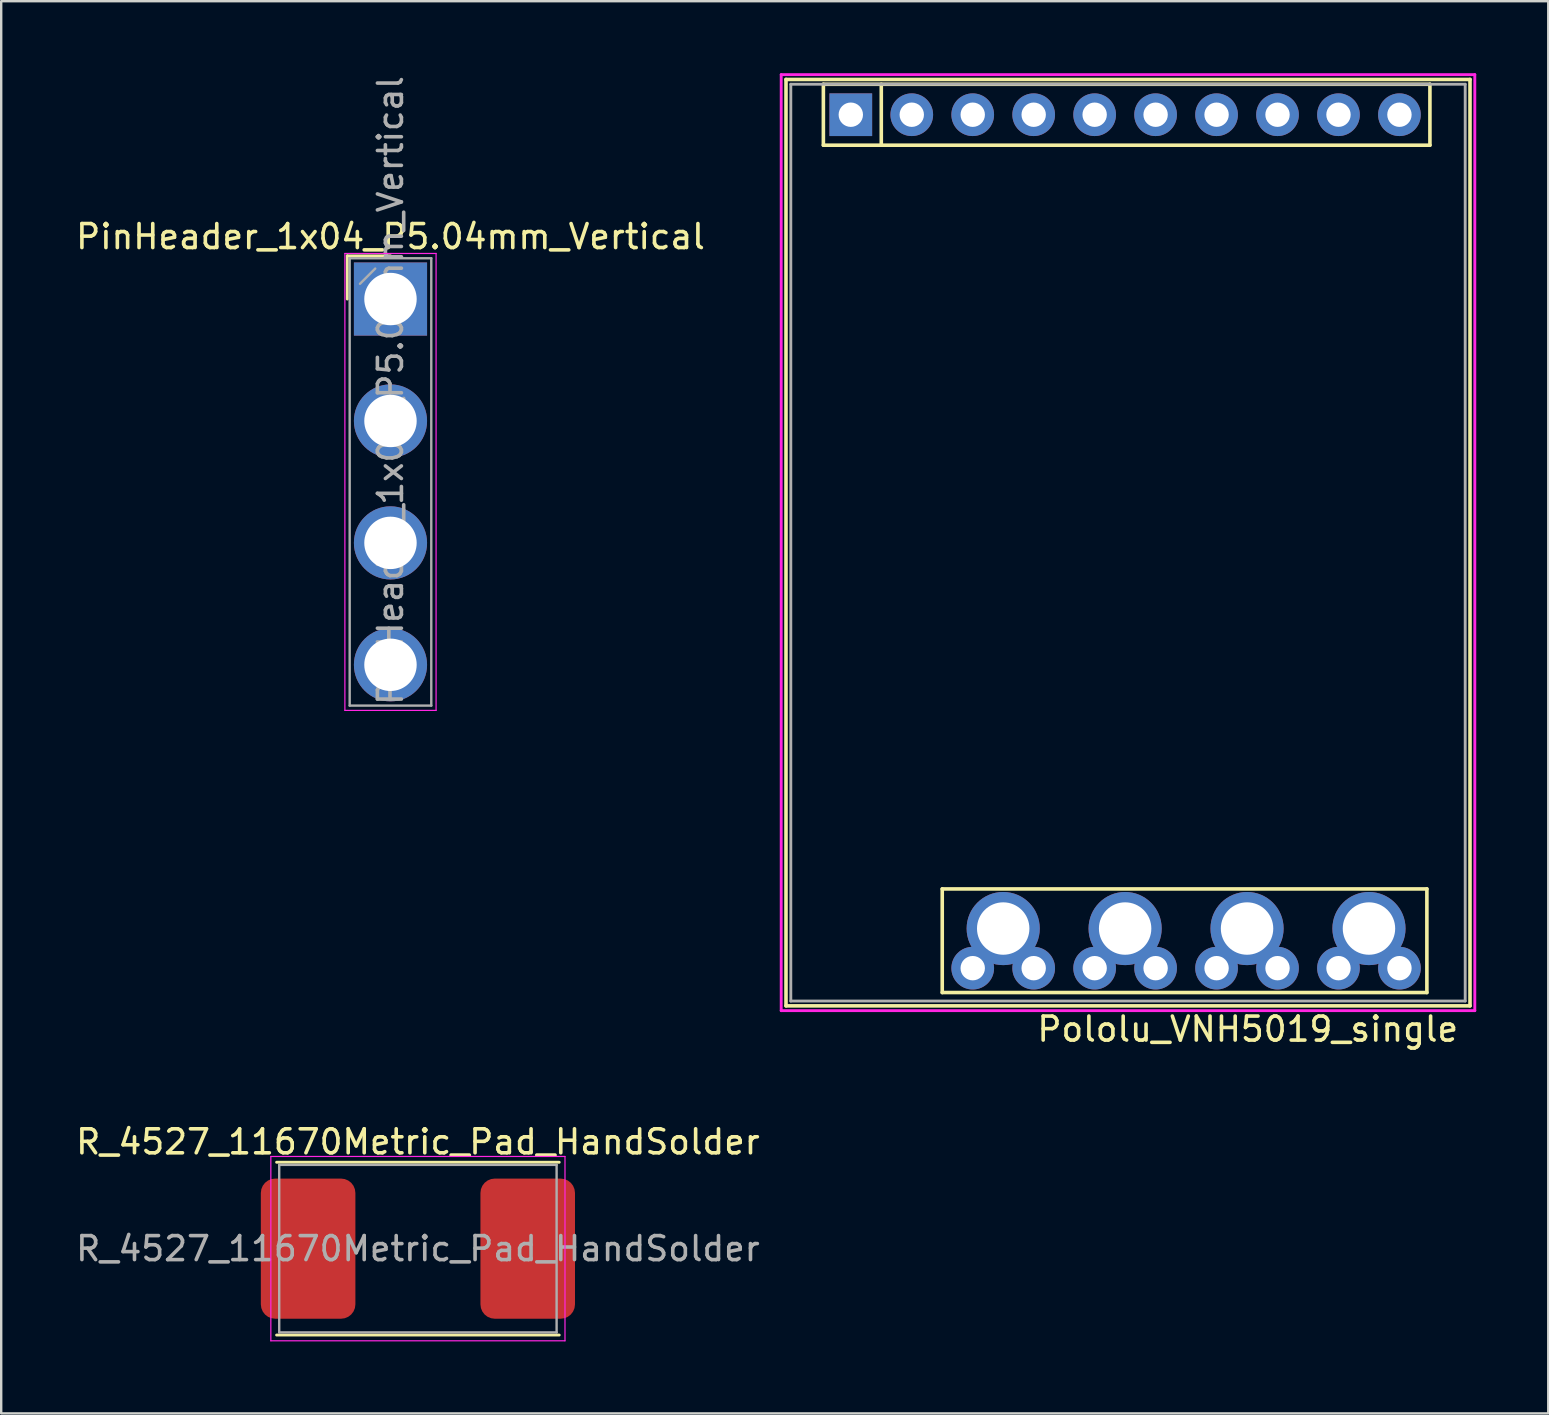
<source format=kicad_pcb>
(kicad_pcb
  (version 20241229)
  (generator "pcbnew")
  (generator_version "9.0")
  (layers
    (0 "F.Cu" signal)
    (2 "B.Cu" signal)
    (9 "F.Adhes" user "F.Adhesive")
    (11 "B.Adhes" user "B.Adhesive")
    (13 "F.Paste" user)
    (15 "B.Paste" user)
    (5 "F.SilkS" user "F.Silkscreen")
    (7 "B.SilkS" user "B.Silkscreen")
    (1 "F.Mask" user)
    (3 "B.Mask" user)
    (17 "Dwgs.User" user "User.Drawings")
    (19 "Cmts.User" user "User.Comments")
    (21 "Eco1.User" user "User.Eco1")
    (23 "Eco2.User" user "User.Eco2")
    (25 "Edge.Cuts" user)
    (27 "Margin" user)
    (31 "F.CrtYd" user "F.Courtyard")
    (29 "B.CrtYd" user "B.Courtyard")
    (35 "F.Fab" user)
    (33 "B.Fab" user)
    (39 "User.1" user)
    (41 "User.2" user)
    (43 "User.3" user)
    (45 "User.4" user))
  (footprint "PinHeader_1x04_P5.04mm_Vertical"
    (layer "F.Cu")
    (at 13.22 9.41)
    (property "Reference" "PinHeader_1x04_P5.04mm_Vertical" (at 0 -2.6 0) (layer "F.SilkS") (effects (font (size 1 1) (thickness 0.15))))
    (attr through_hole)
    (fp_line (start -1.8 -1.8) (end 0 -1.8) (stroke (width 0.12) (type solid)) (layer "F.SilkS"))
    (fp_line (start -1.8 0) (end -1.8 -1.8) (stroke (width 0.12) (type solid)) (layer "F.SilkS"))
    (fp_line (start -1.9 -1.9) (end -1.9 17.14) (stroke (width 0.05) (type solid)) (layer "F.CrtYd"))
    (fp_line (start -1.9 17.14) (end 1.9 17.14) (stroke (width 0.05) (type solid)) (layer "F.CrtYd"))
    (fp_line (start 1.9 -1.9) (end -1.9 -1.9) (stroke (width 0.05) (type solid)) (layer "F.CrtYd"))
    (fp_line (start 1.9 17.14) (end 1.9 -1.9) (stroke (width 0.05) (type solid)) (layer "F.CrtYd"))
    (fp_line (start -1.7 -1.7) (end 1.7 -1.7) (stroke (width 0.1) (type solid)) (layer "F.Fab"))
    (fp_line (start -1.7 16.94) (end -1.7 -1.7) (stroke (width 0.1) (type solid)) (layer "F.Fab"))
    (fp_line (start -1.27 -0.635) (end -0.635 -1.27) (stroke (width 0.1) (type solid)) (layer "F.Fab"))
    (fp_line (start 1.7 -1.7) (end 1.7 16.94) (stroke (width 0.1) (type solid)) (layer "F.Fab"))
    (fp_line (start 1.7 16.94) (end -1.7 16.94) (stroke (width 0.1) (type solid)) (layer "F.Fab"))
    (fp_text user "${REFERENCE}" (at 0 3.81 270) (layer "F.Fab") (effects (font (size 1 1) (thickness 0.15))))
    (pad "1" thru_hole rect (at 0 0) (size 3.048 3.048) (drill 2.184) (layers "*.Cu" "*.Mask"))
    (pad "2" thru_hole circle (at 0 5.08) (size 3.048 3.048) (drill 2.184) (layers "*.Cu" "*.Mask"))
    (pad "3" thru_hole circle (at 0 10.16) (size 3.048 3.048) (drill 2.184) (layers "*.Cu" "*.Mask"))
    (pad "4" thru_hole circle (at 0 15.24) (size 3.048 3.048) (drill 2.184) (layers "*.Cu" "*.Mask")))
  (footprint "R_4527_11670Metric_Pad_HandSolder"
    (layer "F.Cu")
    (at 14.363 48.977)
    (property "Reference" "R_4527_11670Metric_Pad_HandSolder" (at 0 -4.45 0) (layer "F.SilkS") (effects (font (size 1 1) (thickness 0.15))))
    (attr smd)
    (fp_line (start -5.888 -3.6) (end 5.888 -3.6) (stroke (width 0.12) (type solid)) (layer "F.SilkS"))
    (fp_line (start -5.888 3.6) (end 5.888 3.6) (stroke (width 0.12) (type solid)) (layer "F.SilkS"))
    (fp_line (start -6.128 -3.84) (end 6.128 -3.84) (stroke (width 0.05) (type solid)) (layer "F.CrtYd"))
    (fp_line (start -6.128 3.84) (end -6.128 -3.84) (stroke (width 0.05) (type solid)) (layer "F.CrtYd"))
    (fp_line (start 6.128 -3.84) (end 6.128 3.84) (stroke (width 0.05) (type solid)) (layer "F.CrtYd"))
    (fp_line (start 6.128 3.84) (end -6.128 3.84) (stroke (width 0.05) (type solid)) (layer "F.CrtYd"))
    (fp_line (start -5.779 -3.49) (end 5.779 -3.49) (stroke (width 0.1) (type solid)) (layer "F.Fab"))
    (fp_line (start -5.779 3.49) (end -5.779 -3.49) (stroke (width 0.1) (type solid)) (layer "F.Fab"))
    (fp_line (start 5.779 -3.49) (end 5.779 3.49) (stroke (width 0.1) (type solid)) (layer "F.Fab"))
    (fp_line (start 5.779 3.49) (end -5.779 3.49) (stroke (width 0.1) (type solid)) (layer "F.Fab"))
    (fp_text user "${REFERENCE}" (at 0 0 0) (layer "F.Fab") (effects (font (size 1 1) (thickness 0.15))))
    (pad "1" smd roundrect (at -4.575 0) (size 3.94 5.84) (layers "F.Cu" "F.Mask" "F.Paste") (roundrect_rratio 0.152))
    (pad "2" smd roundrect (at 4.575 0) (size 3.94 5.84) (layers "F.Cu" "F.Mask" "F.Paste") (roundrect_rratio 0.152)))
  (footprint "Pololu_VNH5019_single"
    (layer "F.Cu")
    (at 32.4 1.73)
    (property "Reference" "Pololu_VNH5019_single" (at 25.4 38.1 0) (unlocked yes) (layer "F.SilkS") (effects (font (size 1 1) (thickness 0.15)) (justify right)))
    (attr through_hole)
    (fp_line (start -2.7 -1.47) (end 25.8 -1.47) (stroke (width 0.15) (type solid)) (layer "F.SilkS"))
    (fp_line (start -2.7 37.13) (end -2.7 -1.47) (stroke (width 0.15) (type solid)) (layer "F.SilkS"))
    (fp_line (start -1.143 -1.27) (end -1.143 1.27) (stroke (width 0.15) (type solid)) (layer "F.SilkS"))
    (fp_line (start -1.143 1.27) (end 24.13 1.27) (stroke (width 0.15) (type solid)) (layer "F.SilkS"))
    (fp_line (start 1.27 -1.27) (end 1.27 1.27) (stroke (width 0.15) (type solid)) (layer "F.SilkS"))
    (fp_line (start 3.81 32.258) (end 3.81 36.576) (stroke (width 0.15) (type solid)) (layer "F.SilkS"))
    (fp_line (start 3.81 36.576) (end 24.003 36.576) (stroke (width 0.15) (type solid)) (layer "F.SilkS"))
    (fp_line (start 24.003 32.258) (end 3.81 32.258) (stroke (width 0.15) (type solid)) (layer "F.SilkS"))
    (fp_line (start 24.003 36.576) (end 24.003 32.258) (stroke (width 0.15) (type solid)) (layer "F.SilkS"))
    (fp_line (start 24.13 -1.27) (end -1.143 -1.27) (stroke (width 0.15) (type solid)) (layer "F.SilkS"))
    (fp_line (start 24.13 1.27) (end 24.13 -1.27) (stroke (width 0.15) (type solid)) (layer "F.SilkS"))
    (fp_line (start 25.8 -1.47) (end 25.8 37.13) (stroke (width 0.15) (type solid)) (layer "F.SilkS"))
    (fp_line (start 25.8 37.13) (end -2.7 37.13) (stroke (width 0.15) (type solid)) (layer "F.SilkS"))
    (fp_line (start -2.9 -1.67) (end 26 -1.67) (stroke (width 0.12) (type solid)) (layer "F.CrtYd"))
    (fp_line (start -2.9 37.33) (end -2.9 -1.67) (stroke (width 0.12) (type solid)) (layer "F.CrtYd"))
    (fp_line (start 26 -1.67) (end 26 37.33) (stroke (width 0.12) (type solid)) (layer "F.CrtYd"))
    (fp_line (start 26 37.33) (end -2.9 37.33) (stroke (width 0.12) (type solid)) (layer "F.CrtYd"))
    (fp_line (start -2.5 -1.27) (end 25.6 -1.27) (stroke (width 0.12) (type solid)) (layer "F.Fab"))
    (fp_line (start -2.5 36.93) (end -2.5 -1.27) (stroke (width 0.12) (type solid)) (layer "F.Fab"))
    (fp_line (start 25.6 -1.27) (end 25.6 36.93) (stroke (width 0.12) (type solid)) (layer "F.Fab"))
    (fp_line (start 25.6 36.93) (end -2.5 36.93) (stroke (width 0.12) (type solid)) (layer "F.Fab"))
    (pad "1" thru_hole rect (at 0 0) (size 1.778 1.778) (drill 1.016) (layers "*.Cu" "*.Mask"))
    (pad "2" thru_hole circle (at 2.54 0) (size 1.778 1.778) (drill 1.016) (layers "*.Cu" "*.Mask"))
    (pad "3" thru_hole circle (at 5.08 0) (size 1.778 1.778) (drill 1.016) (layers "*.Cu" "*.Mask"))
    (pad "4" thru_hole circle (at 7.62 0) (size 1.778 1.778) (drill 1.016) (layers "*.Cu" "*.Mask"))
    (pad "5" thru_hole circle (at 10.16 0) (size 1.778 1.778) (drill 1.016) (layers "*.Cu" "*.Mask"))
    (pad "6" thru_hole circle (at 12.7 0) (size 1.778 1.778) (drill 1.016) (layers "*.Cu" "*.Mask"))
    (pad "7" thru_hole circle (at 15.24 0) (size 1.778 1.778) (drill 1.016) (layers "*.Cu" "*.Mask"))
    (pad "8" thru_hole circle (at 17.78 0) (size 1.778 1.778) (drill 1.016) (layers "*.Cu" "*.Mask"))
    (pad "9" thru_hole circle (at 20.32 0) (size 1.778 1.778) (drill 1.016) (layers "*.Cu" "*.Mask"))
    (pad "10" thru_hole circle (at 22.86 0) (size 1.778 1.778) (drill 1.016) (layers "*.Cu" "*.Mask"))
    (pad "11" thru_hole circle (at 5.08 35.56) (size 1.778 1.778) (drill 1.016) (layers "*.Cu" "*.Mask"))
    (pad "11" thru_hole circle (at 6.35 33.909) (size 3.048 3.048) (drill 2.184) (layers "*.Cu" "*.Mask"))
    (pad "11" thru_hole circle (at 7.62 35.56) (size 1.778 1.778) (drill 1.016) (layers "*.Cu" "*.Mask"))
    (pad "12" thru_hole circle (at 10.16 35.56) (size 1.778 1.778) (drill 1.016) (layers "*.Cu" "*.Mask"))
    (pad "12" thru_hole circle (at 11.43 33.909) (size 3.048 3.048) (drill 2.184) (layers "*.Cu" "*.Mask"))
    (pad "12" thru_hole circle (at 12.7 35.56) (size 1.778 1.778) (drill 1.016) (layers "*.Cu" "*.Mask"))
    (pad "13" thru_hole circle (at 15.24 35.56) (size 1.778 1.778) (drill 1.016) (layers "*.Cu" "*.Mask"))
    (pad "13" thru_hole circle (at 16.51 33.909) (size 3.048 3.048) (drill 2.184) (layers "*.Cu" "*.Mask"))
    (pad "13" thru_hole circle (at 17.78 35.56) (size 1.778 1.778) (drill 1.016) (layers "*.Cu" "*.Mask"))
    (pad "14" thru_hole circle (at 20.32 35.56) (size 1.778 1.778) (drill 1.016) (layers "*.Cu" "*.Mask"))
    (pad "14" thru_hole circle (at 21.59 33.909) (size 3.048 3.048) (drill 2.184) (layers "*.Cu" "*.Mask"))
    (pad "14" thru_hole circle (at 22.86 35.56) (size 1.778 1.778) (drill 1.016) (layers "*.Cu" "*.Mask")))
  (gr_rect
    (start -3 -3)
    (end 61.46 55.842)
    (stroke (width 0.1) (type default))
    (fill no)
    (layer "Edge.Cuts")))
</source>
